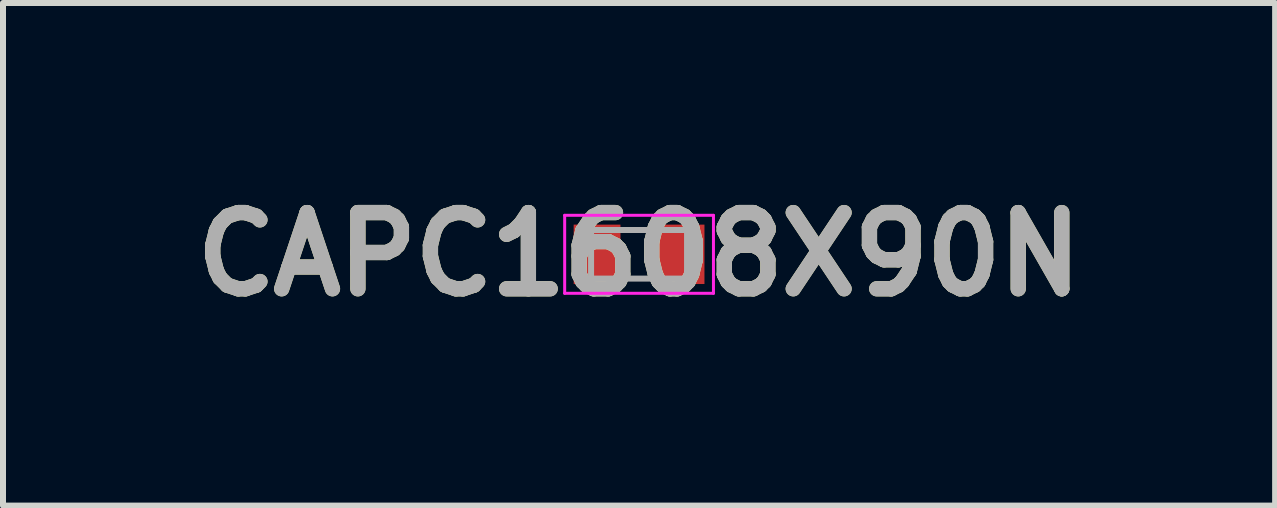
<source format=kicad_pcb>
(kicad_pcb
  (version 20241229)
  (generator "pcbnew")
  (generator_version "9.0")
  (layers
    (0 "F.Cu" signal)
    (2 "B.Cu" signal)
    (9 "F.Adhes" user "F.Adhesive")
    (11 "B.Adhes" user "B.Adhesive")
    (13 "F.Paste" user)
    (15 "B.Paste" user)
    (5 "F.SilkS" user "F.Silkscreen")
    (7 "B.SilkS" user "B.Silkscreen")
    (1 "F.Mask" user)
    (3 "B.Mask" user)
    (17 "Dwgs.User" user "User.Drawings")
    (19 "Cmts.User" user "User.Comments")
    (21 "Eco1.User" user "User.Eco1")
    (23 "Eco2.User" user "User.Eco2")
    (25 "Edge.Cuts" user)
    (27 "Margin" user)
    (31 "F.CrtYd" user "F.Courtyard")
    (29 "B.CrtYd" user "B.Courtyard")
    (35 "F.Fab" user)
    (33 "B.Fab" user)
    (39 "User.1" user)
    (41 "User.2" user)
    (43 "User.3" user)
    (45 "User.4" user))
  (footprint "CAPC1608X90N"
    (layer "F.Cu")
    (at 7.602 1.189)
    (property "Reference" "CAPC1608X90N" (at 0 0 0) (layer "F.SilkS") (effects (font (size 1.27 1.27) (thickness 0.254))))
    (attr smd)
    (fp_line (start -1.24 -0.65) (end 1.24 -0.65) (stroke (width 0.05) (type solid)) (layer "F.CrtYd"))
    (fp_line (start -1.24 0.65) (end -1.24 -0.65) (stroke (width 0.05) (type solid)) (layer "F.CrtYd"))
    (fp_line (start 1.24 -0.65) (end 1.24 0.65) (stroke (width 0.05) (type solid)) (layer "F.CrtYd"))
    (fp_line (start 1.24 0.65) (end -1.24 0.65) (stroke (width 0.05) (type solid)) (layer "F.CrtYd"))
    (fp_line (start -0.8 -0.405) (end 0.8 -0.405) (stroke (width 0.1) (type solid)) (layer "F.Fab"))
    (fp_line (start -0.8 0.405) (end -0.8 -0.405) (stroke (width 0.1) (type solid)) (layer "F.Fab"))
    (fp_line (start 0.8 -0.405) (end 0.8 0.405) (stroke (width 0.1) (type solid)) (layer "F.Fab"))
    (fp_line (start 0.8 0.405) (end -0.8 0.405) (stroke (width 0.1) (type solid)) (layer "F.Fab"))
    (fp_text user "${REFERENCE}" (at 0 0 0) (layer "F.Fab") (effects (font (size 1.27 1.27) (thickness 0.254))))
    (pad "1" smd rect (at -0.7 0) (size 0.78 0.99) (layers "F.Cu" "F.Mask" "F.Paste"))
    (pad "2" smd rect (at 0.7 0) (size 0.78 0.99) (layers "F.Cu" "F.Mask" "F.Paste")))
  (gr_rect
    (start -3 -3)
    (end 18.204 5.377)
    (stroke (width 0.1) (type default))
    (fill no)
    (layer "Edge.Cuts")))
</source>
